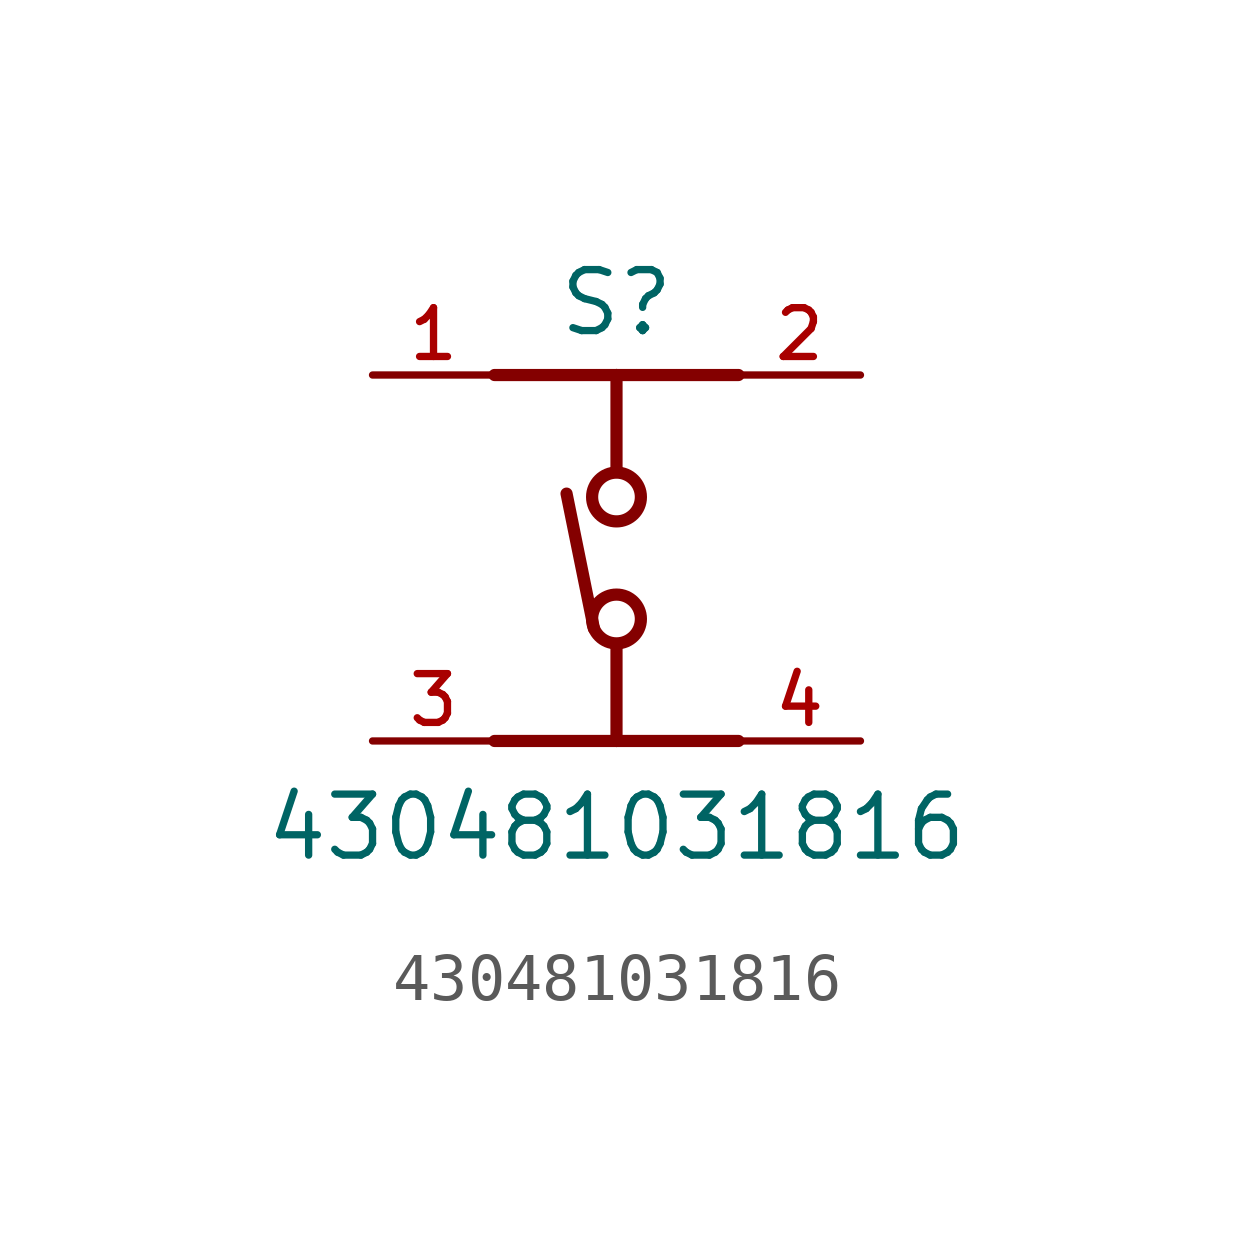
<source format=kicad_sym>
(kicad_symbol_lib
  (version 20211014)
  (generator kicad_symbol_editor)
  (symbol "430481031816"
    (pin_names
      (offset 1.016))
    (property "Reference" "S"
      (at 0.0 5.842 0)
      (effects (font (size 1.27 1.27)) (justify bottom)))
    (property "Value" "430481031816"
      (at 0.0 -5.08 0)
      (effects (font (size 1.27 1.27)) (justify bottom)))
    (symbol "430481031816_0_0"
      (polyline (pts (xy -2.54 5.08) (xy 0.0 5.08)) (stroke (width 0.254)))
      (polyline (pts (xy 0.0 5.08) (xy 2.54 5.08)) (stroke (width 0.254)))
      (polyline (pts (xy -2.54 -2.54) (xy 0.0 -2.54)) (stroke (width 0.254)))
      (polyline (pts (xy 0.0 -2.54) (xy 2.54 -2.54)) (stroke (width 0.254)))
      (polyline (pts (xy -0.47 -0.2) (xy -1.04 2.61)) (stroke (width 0.254)))
      (polyline (pts (xy 0.0 3.075) (xy 0.0 5.08)) (stroke (width 0.254)))
      (polyline (pts (xy 0.0 -0.535) (xy 0.0 -2.54)) (stroke (width 0.254)))
      (circle (center 0.0 0.0) (radius 0.508) (stroke (width 0.254)) (fill (type none)))
      (circle (center 0.0 2.54) (radius 0.508) (stroke (width 0.254)) (fill (type none)))
      (pin passive line (at -5.08 5.08 0) (length 2.54) (name "~" (effects (font (size 1.016 1.016)))) (number "1" (effects (font (size 1.016 1.016)))))
      (pin passive line (at -5.08 -2.54 0) (length 2.54) (name "~" (effects (font (size 1.016 1.016)))) (number "3" (effects (font (size 1.016 1.016)))))
      (pin passive line (at 5.08 5.08 180.0) (length 2.54) (name "~" (effects (font (size 1.016 1.016)))) (number "2" (effects (font (size 1.016 1.016)))))
      (pin passive line (at 5.08 -2.54 180.0) (length 2.54) (name "~" (effects (font (size 1.016 1.016)))) (number "4" (effects (font (size 1.016 1.016))))))))
</source>
